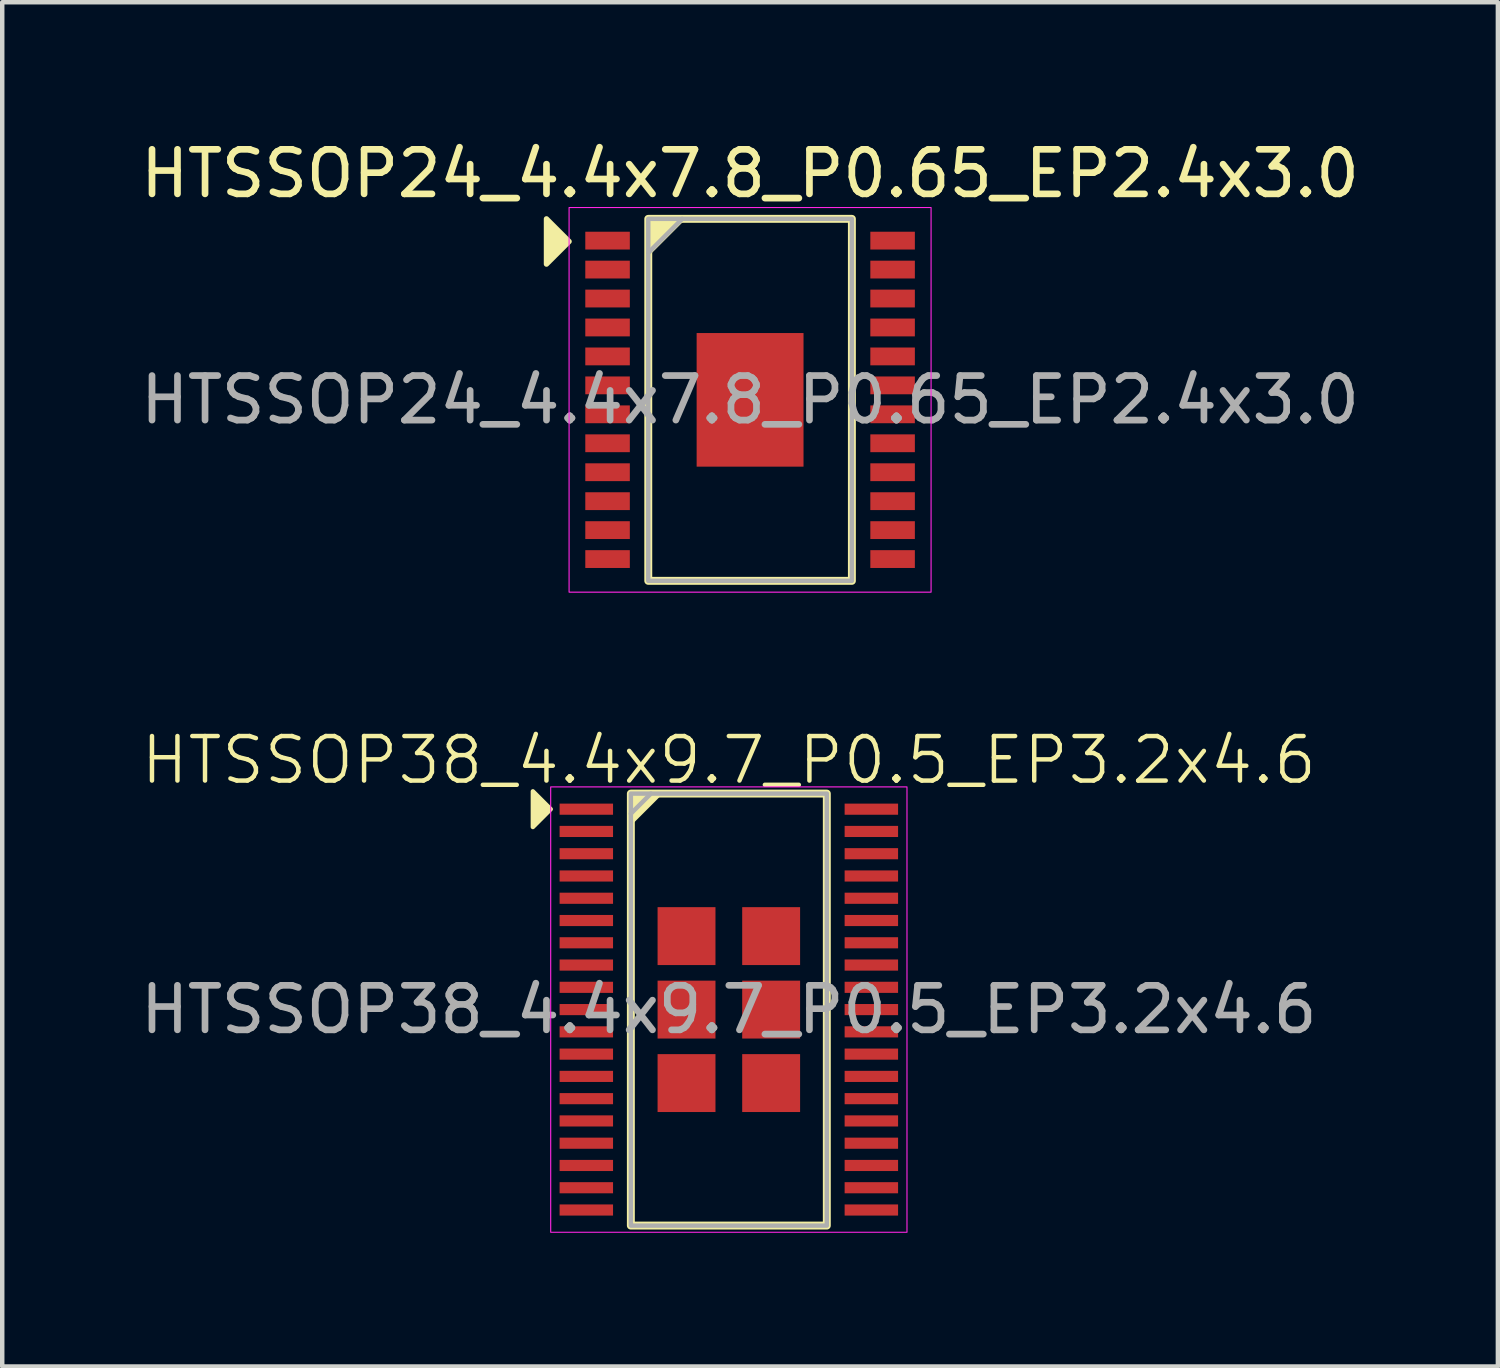
<source format=kicad_pcb>
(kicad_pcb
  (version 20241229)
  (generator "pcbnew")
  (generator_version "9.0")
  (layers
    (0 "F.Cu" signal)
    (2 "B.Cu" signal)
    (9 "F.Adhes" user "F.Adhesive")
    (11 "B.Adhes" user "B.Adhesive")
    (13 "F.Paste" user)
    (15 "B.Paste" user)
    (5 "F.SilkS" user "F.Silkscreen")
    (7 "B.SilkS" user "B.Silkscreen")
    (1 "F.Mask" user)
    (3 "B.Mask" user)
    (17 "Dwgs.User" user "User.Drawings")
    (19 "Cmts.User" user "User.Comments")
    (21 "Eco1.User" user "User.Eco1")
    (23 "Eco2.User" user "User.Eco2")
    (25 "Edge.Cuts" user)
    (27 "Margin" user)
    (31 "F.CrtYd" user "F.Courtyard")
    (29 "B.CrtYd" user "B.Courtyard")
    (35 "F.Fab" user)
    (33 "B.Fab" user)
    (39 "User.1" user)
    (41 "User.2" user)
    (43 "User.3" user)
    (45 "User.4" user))
  (footprint "HTSSOP38_4.4x9.7_P0.5_EP3.2x4.6"
    (layer "F.Cu")
    (at 13.315 19.619)
    (property "Reference" "HTSSOP38_4.4x9.7_P0.5_EP3.2x4.6" (at 0 -5.6 0) (unlocked yes) (layer "F.SilkS") (effects (font (size 1 1) (thickness 0.1))))
    (attr smd)
    (fp_rect (start -2.2 -4.85) (end 2.2 4.85) (stroke (width 0.178) (type default)) (fill no) (layer "F.SilkS"))
    (fp_poly (pts (xy -4 -4.5) (xy -4.4 -4.9) (xy -4.4 -4.1)) (stroke (width 0.1) (type solid)) (fill yes) (layer "F.SilkS"))
    (fp_poly (pts (xy -2.2 -4.85) (xy -2.2 -4.2) (xy -1.6 -4.8)) (stroke (width 0.1) (type solid)) (fill yes) (layer "F.SilkS"))
    (fp_rect (start -4 -5) (end 4 5) (stroke (width 0.025) (type default)) (fill no) (layer "F.CrtYd"))
    (fp_line (start -2.2 -4.4) (end -1.75 -4.85) (stroke (width 0.1) (type default)) (layer "F.Fab"))
    (fp_rect (start -2.2 -4.85) (end 2.2 4.85) (stroke (width 0.1) (type default)) (fill no) (layer "F.Fab"))
    (fp_text user "${REFERENCE}" (at 0 0 0) (unlocked yes) (layer "F.Fab") (effects (font (size 1 1) (thickness 0.15))))
    (pad "1" smd rect (at -3.2 -4.5) (size 1.2 0.25) (layers "F.Cu" "F.Mask" "F.Paste"))
    (pad "2" smd rect (at -3.2 -4) (size 1.2 0.25) (layers "F.Cu" "F.Mask" "F.Paste"))
    (pad "3" smd rect (at -3.2 -3.5) (size 1.2 0.25) (layers "F.Cu" "F.Mask" "F.Paste"))
    (pad "4" smd rect (at -3.2 -3) (size 1.2 0.25) (layers "F.Cu" "F.Mask" "F.Paste"))
    (pad "5" smd rect (at -3.2 -2.5) (size 1.2 0.25) (layers "F.Cu" "F.Mask" "F.Paste"))
    (pad "6" smd rect (at -3.2 -2) (size 1.2 0.25) (layers "F.Cu" "F.Mask" "F.Paste"))
    (pad "7" smd rect (at -3.2 -1.5) (size 1.2 0.25) (layers "F.Cu" "F.Mask" "F.Paste"))
    (pad "8" smd rect (at -3.2 -1) (size 1.2 0.25) (layers "F.Cu" "F.Mask" "F.Paste"))
    (pad "9" smd rect (at -3.2 -0.5) (size 1.2 0.25) (layers "F.Cu" "F.Mask" "F.Paste"))
    (pad "10" smd rect (at -3.2 0) (size 1.2 0.25) (layers "F.Cu" "F.Mask" "F.Paste"))
    (pad "11" smd rect (at -3.2 0.5) (size 1.2 0.25) (layers "F.Cu" "F.Mask" "F.Paste"))
    (pad "12" smd rect (at -3.2 1) (size 1.2 0.25) (layers "F.Cu" "F.Mask" "F.Paste"))
    (pad "13" smd rect (at -3.2 1.5) (size 1.2 0.25) (layers "F.Cu" "F.Mask" "F.Paste"))
    (pad "14" smd rect (at -3.2 2) (size 1.2 0.25) (layers "F.Cu" "F.Mask" "F.Paste"))
    (pad "15" smd rect (at -3.2 2.5) (size 1.2 0.25) (layers "F.Cu" "F.Mask" "F.Paste"))
    (pad "16" smd rect (at -3.2 3) (size 1.2 0.25) (layers "F.Cu" "F.Mask" "F.Paste"))
    (pad "17" smd rect (at -3.2 3.5) (size 1.2 0.25) (layers "F.Cu" "F.Mask" "F.Paste"))
    (pad "18" smd rect (at -3.2 4) (size 1.2 0.25) (layers "F.Cu" "F.Mask" "F.Paste"))
    (pad "19" smd rect (at -3.2 4.5) (size 1.2 0.25) (layers "F.Cu" "F.Mask" "F.Paste"))
    (pad "20" smd rect (at 3.2 4.5) (size 1.2 0.25) (layers "F.Cu" "F.Mask" "F.Paste"))
    (pad "21" smd rect (at 3.2 4) (size 1.2 0.25) (layers "F.Cu" "F.Mask" "F.Paste"))
    (pad "22" smd rect (at 3.2 3.5) (size 1.2 0.25) (layers "F.Cu" "F.Mask" "F.Paste"))
    (pad "23" smd rect (at 3.2 3) (size 1.2 0.25) (layers "F.Cu" "F.Mask" "F.Paste"))
    (pad "24" smd rect (at 3.2 2.5) (size 1.2 0.25) (layers "F.Cu" "F.Mask" "F.Paste"))
    (pad "25" smd rect (at 3.2 2) (size 1.2 0.25) (layers "F.Cu" "F.Mask" "F.Paste"))
    (pad "26" smd rect (at 3.2 1.5) (size 1.2 0.25) (layers "F.Cu" "F.Mask" "F.Paste"))
    (pad "27" smd rect (at 3.2 1) (size 1.2 0.25) (layers "F.Cu" "F.Mask" "F.Paste"))
    (pad "28" smd rect (at 3.2 0.5) (size 1.2 0.25) (layers "F.Cu" "F.Mask" "F.Paste"))
    (pad "29" smd rect (at 3.2 0) (size 1.2 0.25) (layers "F.Cu" "F.Mask" "F.Paste"))
    (pad "30" smd rect (at 3.2 -0.5) (size 1.2 0.25) (layers "F.Cu" "F.Mask" "F.Paste"))
    (pad "31" smd rect (at 3.2 -1) (size 1.2 0.25) (layers "F.Cu" "F.Mask" "F.Paste"))
    (pad "32" smd rect (at 3.2 -1.5) (size 1.2 0.25) (layers "F.Cu" "F.Mask" "F.Paste"))
    (pad "33" smd rect (at 3.2 -2) (size 1.2 0.25) (layers "F.Cu" "F.Mask" "F.Paste"))
    (pad "34" smd rect (at 3.2 -2.5) (size 1.2 0.25) (layers "F.Cu" "F.Mask" "F.Paste"))
    (pad "35" smd rect (at 3.2 -3) (size 1.2 0.25) (layers "F.Cu" "F.Mask" "F.Paste"))
    (pad "36" smd rect (at 3.2 -3.5) (size 1.2 0.25) (layers "F.Cu" "F.Mask" "F.Paste"))
    (pad "37" smd rect (at 3.2 -4) (size 1.2 0.25) (layers "F.Cu" "F.Mask" "F.Paste"))
    (pad "38" smd rect (at 3.2 -4.5) (size 1.2 0.25) (layers "F.Cu" "F.Mask" "F.Paste"))
    (pad "39" smd rect (at -0.95 -1.65) (size 1.3 1.3) (layers "F.Cu" "F.Mask" "F.Paste"))
    (pad "39" smd rect (at -0.95 0) (size 1.3 1.3) (layers "F.Cu" "F.Mask" "F.Paste"))
    (pad "39" smd rect (at -0.95 1.65) (size 1.3 1.3) (layers "F.Cu" "F.Mask" "F.Paste"))
    (pad "39" smd rect (at 0.95 -1.65) (size 1.3 1.3) (layers "F.Cu" "F.Mask" "F.Paste"))
    (pad "39" smd rect (at 0.95 0) (size 1.3 1.3) (layers "F.Cu" "F.Mask" "F.Paste"))
    (pad "39" smd rect (at 0.95 1.65) (size 1.3 1.3) (layers "F.Cu" "F.Mask" "F.Paste")))
  (footprint "HTSSOP24_4.4x7.8_P0.65_EP2.4x3.0"
    (layer "F.Cu")
    (at 13.792 5.928)
    (property "Reference" "HTSSOP24_4.4x7.8_P0.65_EP2.4x3.0" (at 0 -5.08 0) (unlocked yes) (layer "F.SilkS") (effects (font (size 1 1) (thickness 0.15))))
    (attr smd)
    (fp_rect (start -2.286 -4.064) (end 2.286 4.064) (stroke (width 0.178) (type solid)) (fill no) (layer "F.SilkS"))
    (fp_poly (pts (xy -4.064 -3.556) (xy -4.572 -3.048) (xy -4.572 -4.064)) (stroke (width 0.12) (type solid)) (fill yes) (layer "F.SilkS"))
    (fp_poly (pts (xy -2.286 -3.302) (xy -2.286 -4.064) (xy -1.524 -4.064)) (stroke (width 0.12) (type solid)) (fill yes) (layer "F.SilkS"))
    (fp_rect (start -4.064 -4.318) (end 4.064 4.318) (stroke (width 0.025) (type solid)) (fill no) (layer "F.CrtYd"))
    (fp_line (start -2.286 -3.302) (end -1.524 -4.064) (stroke (width 0.1) (type solid)) (layer "F.Fab"))
    (fp_rect (start -2.286 -4.064) (end 2.286 4.064) (stroke (width 0.1) (type solid)) (fill no) (layer "F.Fab"))
    (fp_text user "${REFERENCE}" (at 0 0 0) (unlocked yes) (layer "F.Fab") (effects (font (size 1 1) (thickness 0.15))))
    (pad "1" smd rect (at -3.2 -3.575) (size 1 0.4) (layers "F.Cu" "F.Mask" "F.Paste"))
    (pad "2" smd rect (at -3.2 -2.925) (size 1 0.4) (layers "F.Cu" "F.Mask" "F.Paste"))
    (pad "3" smd rect (at -3.2 -2.275) (size 1 0.4) (layers "F.Cu" "F.Mask" "F.Paste"))
    (pad "4" smd rect (at -3.2 -1.625) (size 1 0.4) (layers "F.Cu" "F.Mask" "F.Paste"))
    (pad "5" smd rect (at -3.2 -0.975) (size 1 0.4) (layers "F.Cu" "F.Mask" "F.Paste"))
    (pad "6" smd rect (at -3.2 -0.325) (size 1 0.4) (layers "F.Cu" "F.Mask" "F.Paste"))
    (pad "7" smd rect (at -3.2 0.325) (size 1 0.4) (layers "F.Cu" "F.Mask" "F.Paste"))
    (pad "8" smd rect (at -3.2 0.975) (size 1 0.4) (layers "F.Cu" "F.Mask" "F.Paste"))
    (pad "9" smd rect (at -3.2 1.625) (size 1 0.4) (layers "F.Cu" "F.Mask" "F.Paste"))
    (pad "10" smd rect (at -3.2 2.275) (size 1 0.4) (layers "F.Cu" "F.Mask" "F.Paste"))
    (pad "11" smd rect (at -3.2 2.925) (size 1 0.4) (layers "F.Cu" "F.Mask" "F.Paste"))
    (pad "12" smd rect (at -3.2 3.575) (size 1 0.4) (layers "F.Cu" "F.Mask" "F.Paste"))
    (pad "13" smd rect (at 3.2 3.575) (size 1 0.4) (layers "F.Cu" "F.Mask" "F.Paste"))
    (pad "14" smd rect (at 3.2 2.925) (size 1 0.4) (layers "F.Cu" "F.Mask" "F.Paste"))
    (pad "15" smd rect (at 3.2 2.275) (size 1 0.4) (layers "F.Cu" "F.Mask" "F.Paste"))
    (pad "16" smd rect (at 3.2 1.625) (size 1 0.4) (layers "F.Cu" "F.Mask" "F.Paste"))
    (pad "17" smd rect (at 3.2 0.975) (size 1 0.4) (layers "F.Cu" "F.Mask" "F.Paste"))
    (pad "18" smd rect (at 3.2 0.325) (size 1 0.4) (layers "F.Cu" "F.Mask" "F.Paste"))
    (pad "19" smd rect (at 3.2 -0.325) (size 1 0.4) (layers "F.Cu" "F.Mask" "F.Paste"))
    (pad "20" smd rect (at 3.2 -0.975) (size 1 0.4) (layers "F.Cu" "F.Mask" "F.Paste"))
    (pad "21" smd rect (at 3.2 -1.625) (size 1 0.4) (layers "F.Cu" "F.Mask" "F.Paste"))
    (pad "22" smd rect (at 3.2 -2.275) (size 1 0.4) (layers "F.Cu" "F.Mask" "F.Paste"))
    (pad "23" smd rect (at 3.2 -2.925) (size 1 0.4) (layers "F.Cu" "F.Mask" "F.Paste"))
    (pad "24" smd rect (at 3.2 -3.575) (size 1 0.4) (layers "F.Cu" "F.Mask" "F.Paste"))
    (pad "25" smd rect (at 0 0) (size 2.4 3) (layers "F.Cu" "F.Mask" "F.Paste")))
  (gr_rect
    (start -3 -3)
    (end 30.583 27.632)
    (stroke (width 0.1) (type default))
    (fill no)
    (layer "Edge.Cuts")))
</source>
